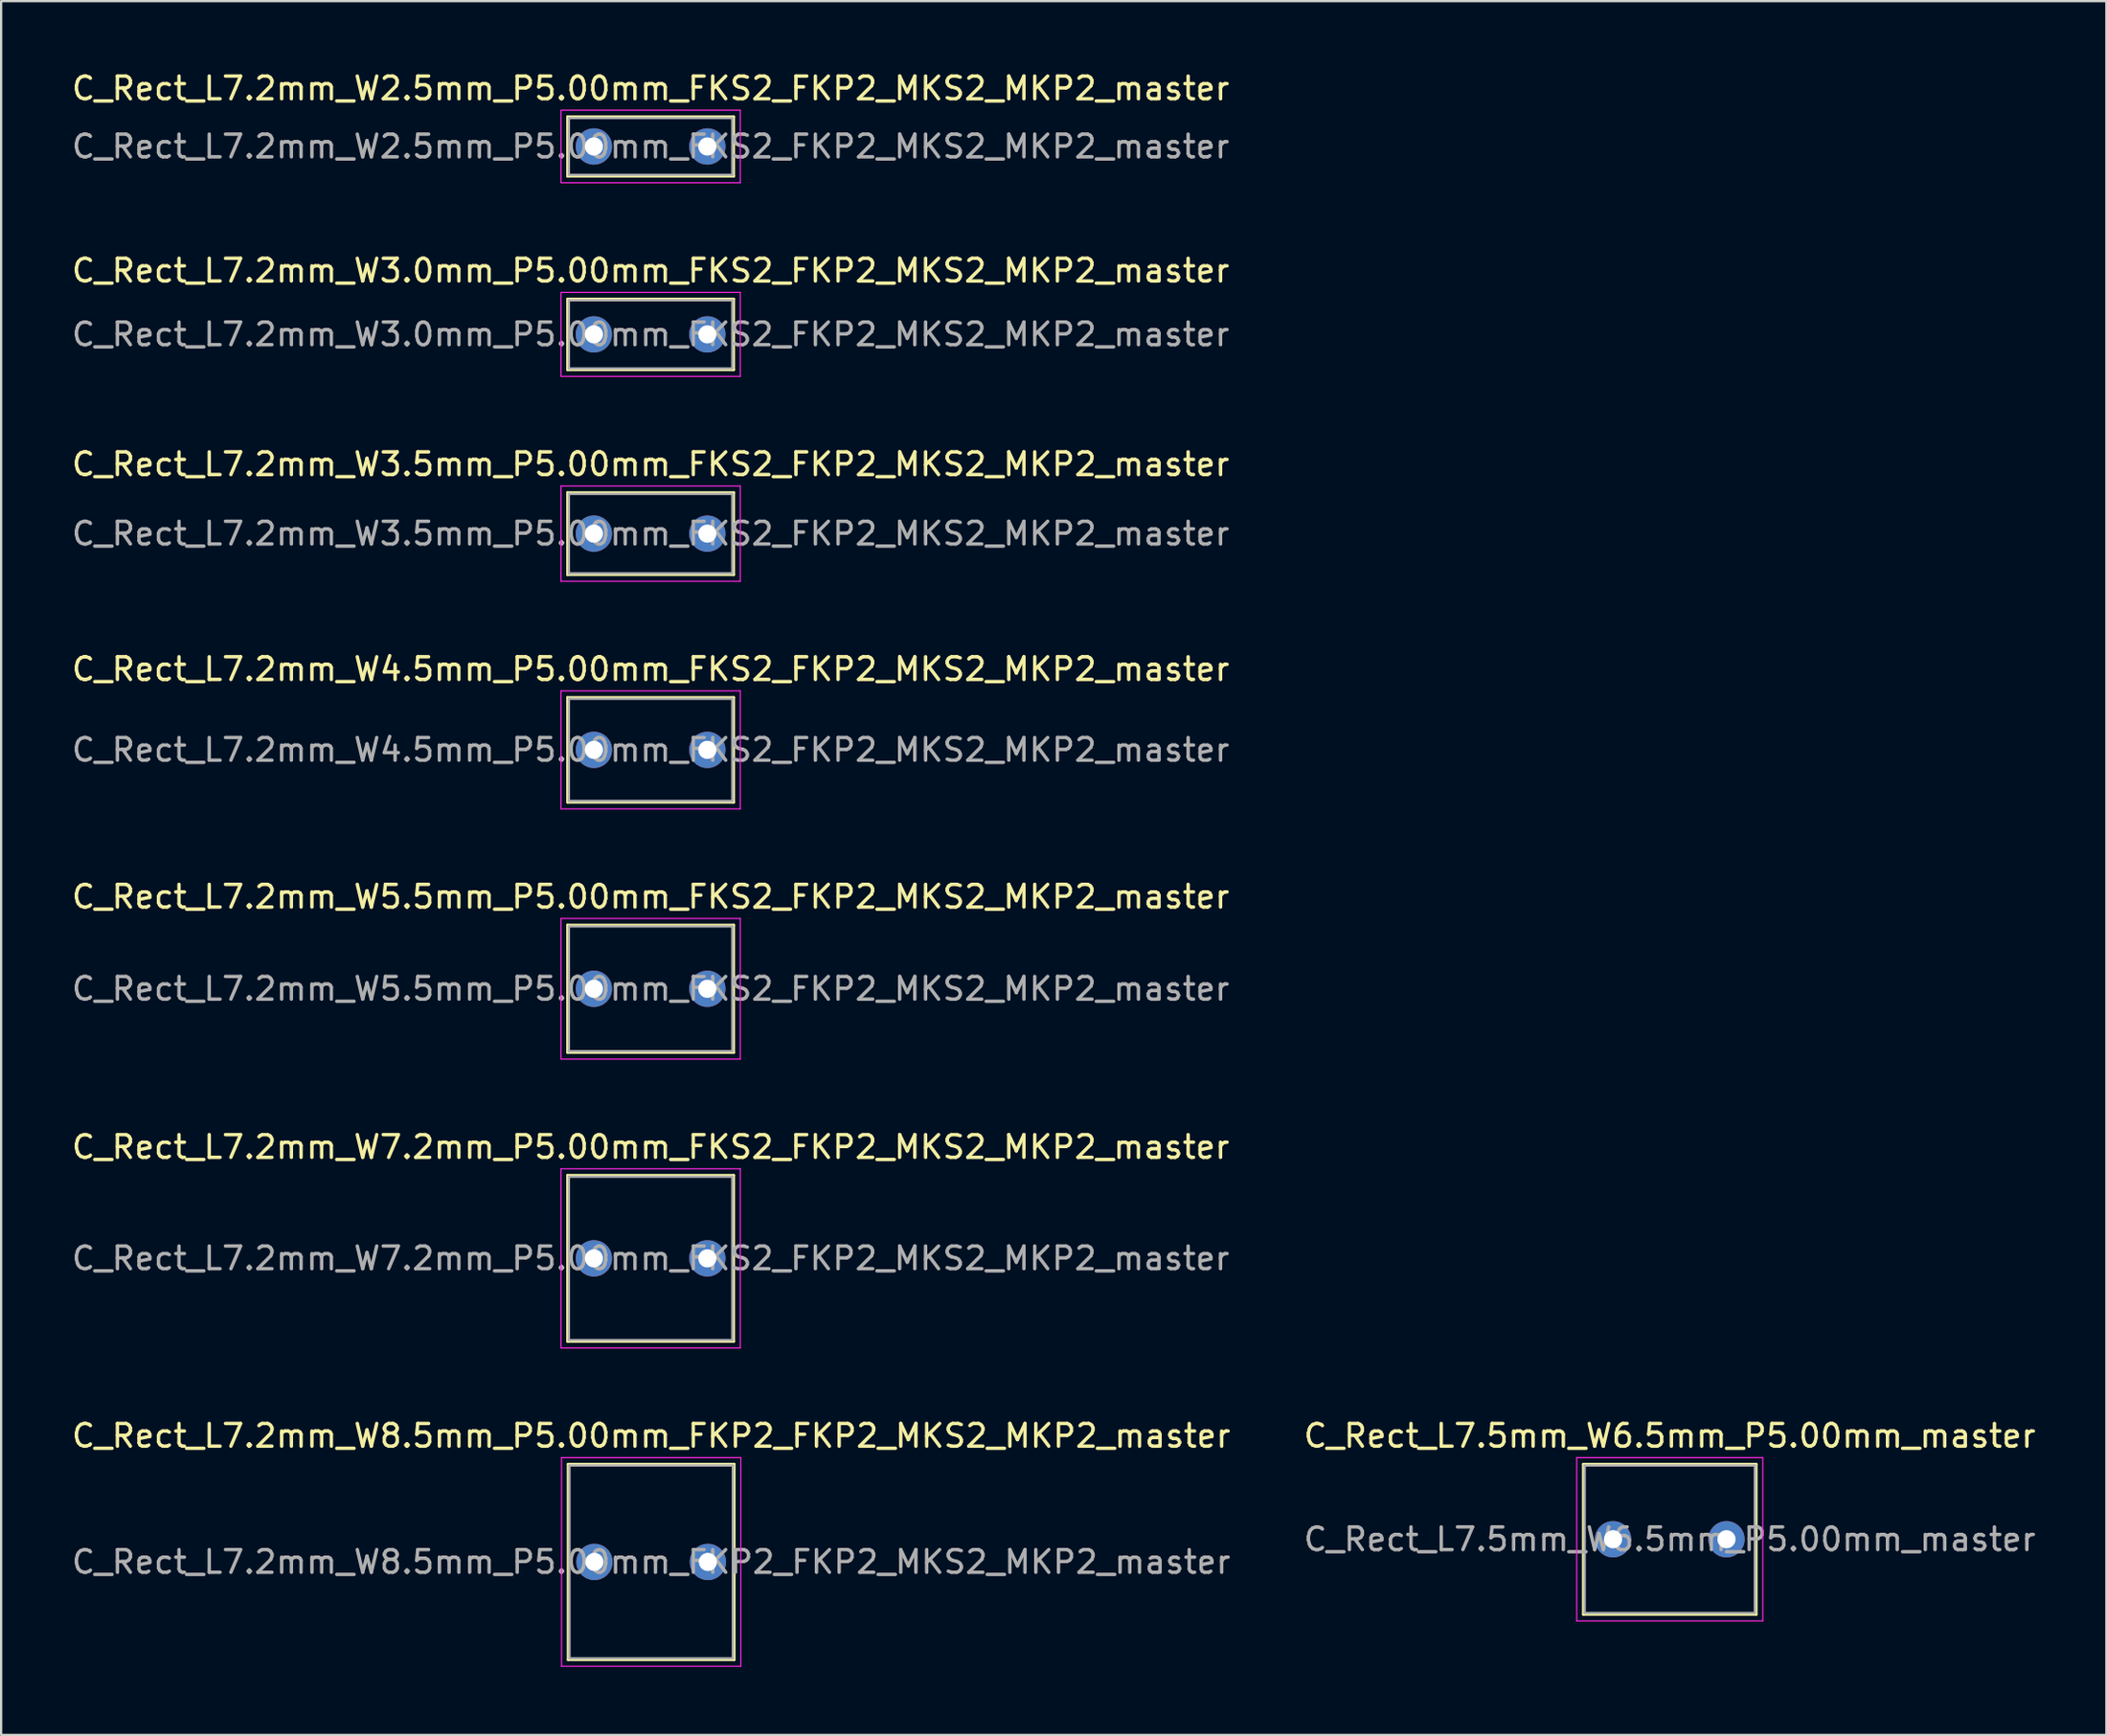
<source format=kicad_pcb>
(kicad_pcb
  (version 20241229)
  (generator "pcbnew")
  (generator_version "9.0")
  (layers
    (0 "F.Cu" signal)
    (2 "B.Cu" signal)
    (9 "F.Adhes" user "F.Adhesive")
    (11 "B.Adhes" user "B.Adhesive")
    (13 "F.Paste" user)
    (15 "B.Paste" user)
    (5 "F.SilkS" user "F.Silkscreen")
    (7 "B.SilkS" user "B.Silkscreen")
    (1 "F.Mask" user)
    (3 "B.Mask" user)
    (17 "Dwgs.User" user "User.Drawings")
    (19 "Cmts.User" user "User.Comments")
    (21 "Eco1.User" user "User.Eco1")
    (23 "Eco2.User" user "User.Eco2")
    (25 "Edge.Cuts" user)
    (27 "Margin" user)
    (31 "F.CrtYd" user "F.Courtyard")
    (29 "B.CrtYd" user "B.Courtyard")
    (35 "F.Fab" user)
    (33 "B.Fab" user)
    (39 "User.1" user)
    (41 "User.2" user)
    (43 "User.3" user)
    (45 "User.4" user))
  (footprint "C_Rect_L7.2mm_W7.2mm_P5.00mm_FKS2_FKP2_MKS2_MKP2_master"
    (layer "F.Cu")
    (at 23.125 52.425)
    (property "Reference" "C_Rect_L7.2mm_W7.2mm_P5.00mm_FKS2_FKP2_MKS2_MKP2_master" (at 2.5 -4.91 0) (layer "F.SilkS") (effects (font (size 1 1) (thickness 0.15))))
    (attr through_hole)
    (fp_line (start -1.16 -3.66) (end -1.16 3.66) (stroke (width 0.12) (type solid)) (layer "F.SilkS"))
    (fp_line (start -1.16 -3.66) (end 6.16 -3.66) (stroke (width 0.12) (type solid)) (layer "F.SilkS"))
    (fp_line (start -1.16 3.66) (end 6.16 3.66) (stroke (width 0.12) (type solid)) (layer "F.SilkS"))
    (fp_line (start 6.16 -3.66) (end 6.16 3.66) (stroke (width 0.12) (type solid)) (layer "F.SilkS"))
    (fp_line (start -1.45 -3.95) (end -1.45 3.95) (stroke (width 0.05) (type solid)) (layer "F.CrtYd"))
    (fp_line (start -1.45 3.95) (end 6.45 3.95) (stroke (width 0.05) (type solid)) (layer "F.CrtYd"))
    (fp_line (start 6.45 -3.95) (end -1.45 -3.95) (stroke (width 0.05) (type solid)) (layer "F.CrtYd"))
    (fp_line (start 6.45 3.95) (end 6.45 -3.95) (stroke (width 0.05) (type solid)) (layer "F.CrtYd"))
    (fp_line (start -1.1 -3.6) (end -1.1 3.6) (stroke (width 0.1) (type solid)) (layer "F.Fab"))
    (fp_line (start -1.1 3.6) (end 6.1 3.6) (stroke (width 0.1) (type solid)) (layer "F.Fab"))
    (fp_line (start 6.1 -3.6) (end -1.1 -3.6) (stroke (width 0.1) (type solid)) (layer "F.Fab"))
    (fp_line (start 6.1 3.6) (end 6.1 -3.6) (stroke (width 0.1) (type solid)) (layer "F.Fab"))
    (fp_text user "${REFERENCE}" (at 2.5 0 0) (layer "F.Fab") (effects (font (size 1 1) (thickness 0.15))))
    (pad "1" thru_hole circle (at 0 0) (size 1.6 1.6) (drill 0.8) (layers "*.Cu" "*.Mask"))
    (pad "2" thru_hole circle (at 5 0) (size 1.6 1.6) (drill 0.8) (layers "*.Cu" "*.Mask")))
  (footprint "C_Rect_L7.5mm_W6.5mm_P5.00mm_master"
    (layer "F.Cu")
    (at 68.042 64.808)
    (property "Reference" "C_Rect_L7.5mm_W6.5mm_P5.00mm_master" (at 2.5 -4.56 0) (layer "F.SilkS") (effects (font (size 1 1) (thickness 0.15))))
    (attr through_hole)
    (fp_line (start -1.31 -3.31) (end -1.31 3.31) (stroke (width 0.12) (type solid)) (layer "F.SilkS"))
    (fp_line (start -1.31 -3.31) (end 6.31 -3.31) (stroke (width 0.12) (type solid)) (layer "F.SilkS"))
    (fp_line (start -1.31 3.31) (end 6.31 3.31) (stroke (width 0.12) (type solid)) (layer "F.SilkS"))
    (fp_line (start 6.31 -3.31) (end 6.31 3.31) (stroke (width 0.12) (type solid)) (layer "F.SilkS"))
    (fp_line (start -1.6 -3.6) (end -1.6 3.6) (stroke (width 0.05) (type solid)) (layer "F.CrtYd"))
    (fp_line (start -1.6 3.6) (end 6.6 3.6) (stroke (width 0.05) (type solid)) (layer "F.CrtYd"))
    (fp_line (start 6.6 -3.6) (end -1.6 -3.6) (stroke (width 0.05) (type solid)) (layer "F.CrtYd"))
    (fp_line (start 6.6 3.6) (end 6.6 -3.6) (stroke (width 0.05) (type solid)) (layer "F.CrtYd"))
    (fp_line (start -1.25 -3.25) (end -1.25 3.25) (stroke (width 0.1) (type solid)) (layer "F.Fab"))
    (fp_line (start -1.25 3.25) (end 6.25 3.25) (stroke (width 0.1) (type solid)) (layer "F.Fab"))
    (fp_line (start 6.25 -3.25) (end -1.25 -3.25) (stroke (width 0.1) (type solid)) (layer "F.Fab"))
    (fp_line (start 6.25 3.25) (end 6.25 -3.25) (stroke (width 0.1) (type solid)) (layer "F.Fab"))
    (fp_text user "${REFERENCE}" (at 2.5 0 0) (layer "F.Fab") (effects (font (size 1 1) (thickness 0.15))))
    (pad "1" thru_hole circle (at 0 0) (size 1.6 1.6) (drill 0.8) (layers "*.Cu" "*.Mask"))
    (pad "2" thru_hole circle (at 5 0) (size 1.6 1.6) (drill 0.8) (layers "*.Cu" "*.Mask")))
  (footprint "C_Rect_L7.2mm_W8.5mm_P5.00mm_FKP2_FKP2_MKS2_MKP2_master"
    (layer "F.Cu")
    (at 23.149 65.808)
    (property "Reference" "C_Rect_L7.2mm_W8.5mm_P5.00mm_FKP2_FKP2_MKS2_MKP2_master" (at 2.5 -5.56 0) (layer "F.SilkS") (effects (font (size 1 1) (thickness 0.15))))
    (attr through_hole)
    (fp_line (start -1.16 -4.31) (end -1.16 4.31) (stroke (width 0.12) (type solid)) (layer "F.SilkS"))
    (fp_line (start -1.16 -4.31) (end 6.16 -4.31) (stroke (width 0.12) (type solid)) (layer "F.SilkS"))
    (fp_line (start -1.16 4.31) (end 6.16 4.31) (stroke (width 0.12) (type solid)) (layer "F.SilkS"))
    (fp_line (start 6.16 -4.31) (end 6.16 4.31) (stroke (width 0.12) (type solid)) (layer "F.SilkS"))
    (fp_line (start -1.45 -4.6) (end -1.45 4.6) (stroke (width 0.05) (type solid)) (layer "F.CrtYd"))
    (fp_line (start -1.45 4.6) (end 6.45 4.6) (stroke (width 0.05) (type solid)) (layer "F.CrtYd"))
    (fp_line (start 6.45 -4.6) (end -1.45 -4.6) (stroke (width 0.05) (type solid)) (layer "F.CrtYd"))
    (fp_line (start 6.45 4.6) (end 6.45 -4.6) (stroke (width 0.05) (type solid)) (layer "F.CrtYd"))
    (fp_line (start -1.1 -4.25) (end -1.1 4.25) (stroke (width 0.1) (type solid)) (layer "F.Fab"))
    (fp_line (start -1.1 4.25) (end 6.1 4.25) (stroke (width 0.1) (type solid)) (layer "F.Fab"))
    (fp_line (start 6.1 -4.25) (end -1.1 -4.25) (stroke (width 0.1) (type solid)) (layer "F.Fab"))
    (fp_line (start 6.1 4.25) (end 6.1 -4.25) (stroke (width 0.1) (type solid)) (layer "F.Fab"))
    (fp_text user "${REFERENCE}" (at 2.5 0 0) (layer "F.Fab") (effects (font (size 1 1) (thickness 0.15))))
    (pad "1" thru_hole circle (at 0 0) (size 1.6 1.6) (drill 0.8) (layers "*.Cu" "*.Mask"))
    (pad "2" thru_hole circle (at 5 0) (size 1.6 1.6) (drill 0.8) (layers "*.Cu" "*.Mask")))
  (footprint "C_Rect_L7.2mm_W5.5mm_P5.00mm_FKS2_FKP2_MKS2_MKP2_master"
    (layer "F.Cu")
    (at 23.125 40.541)
    (property "Reference" "C_Rect_L7.2mm_W5.5mm_P5.00mm_FKS2_FKP2_MKS2_MKP2_master" (at 2.5 -4.06 0) (layer "F.SilkS") (effects (font (size 1 1) (thickness 0.15))))
    (attr through_hole)
    (fp_line (start -1.16 -2.81) (end -1.16 2.81) (stroke (width 0.12) (type solid)) (layer "F.SilkS"))
    (fp_line (start -1.16 -2.81) (end 6.16 -2.81) (stroke (width 0.12) (type solid)) (layer "F.SilkS"))
    (fp_line (start -1.16 2.81) (end 6.16 2.81) (stroke (width 0.12) (type solid)) (layer "F.SilkS"))
    (fp_line (start 6.16 -2.81) (end 6.16 2.81) (stroke (width 0.12) (type solid)) (layer "F.SilkS"))
    (fp_line (start -1.45 -3.1) (end -1.45 3.1) (stroke (width 0.05) (type solid)) (layer "F.CrtYd"))
    (fp_line (start -1.45 3.1) (end 6.45 3.1) (stroke (width 0.05) (type solid)) (layer "F.CrtYd"))
    (fp_line (start 6.45 -3.1) (end -1.45 -3.1) (stroke (width 0.05) (type solid)) (layer "F.CrtYd"))
    (fp_line (start 6.45 3.1) (end 6.45 -3.1) (stroke (width 0.05) (type solid)) (layer "F.CrtYd"))
    (fp_line (start -1.1 -2.75) (end -1.1 2.75) (stroke (width 0.1) (type solid)) (layer "F.Fab"))
    (fp_line (start -1.1 2.75) (end 6.1 2.75) (stroke (width 0.1) (type solid)) (layer "F.Fab"))
    (fp_line (start 6.1 -2.75) (end -1.1 -2.75) (stroke (width 0.1) (type solid)) (layer "F.Fab"))
    (fp_line (start 6.1 2.75) (end 6.1 -2.75) (stroke (width 0.1) (type solid)) (layer "F.Fab"))
    (fp_text user "${REFERENCE}" (at 2.5 0 0) (layer "F.Fab") (effects (font (size 1 1) (thickness 0.15))))
    (pad "1" thru_hole circle (at 0 0) (size 1.6 1.6) (drill 0.8) (layers "*.Cu" "*.Mask"))
    (pad "2" thru_hole circle (at 5 0) (size 1.6 1.6) (drill 0.8) (layers "*.Cu" "*.Mask")))
  (footprint "C_Rect_L7.2mm_W3.5mm_P5.00mm_FKS2_FKP2_MKS2_MKP2_master"
    (layer "F.Cu")
    (at 23.125 20.475)
    (property "Reference" "C_Rect_L7.2mm_W3.5mm_P5.00mm_FKS2_FKP2_MKS2_MKP2_master" (at 2.5 -3.06 0) (layer "F.SilkS") (effects (font (size 1 1) (thickness 0.15))))
    (attr through_hole)
    (fp_line (start -1.16 -1.81) (end -1.16 1.81) (stroke (width 0.12) (type solid)) (layer "F.SilkS"))
    (fp_line (start -1.16 -1.81) (end 6.16 -1.81) (stroke (width 0.12) (type solid)) (layer "F.SilkS"))
    (fp_line (start -1.16 1.81) (end 6.16 1.81) (stroke (width 0.12) (type solid)) (layer "F.SilkS"))
    (fp_line (start 6.16 -1.81) (end 6.16 1.81) (stroke (width 0.12) (type solid)) (layer "F.SilkS"))
    (fp_line (start -1.45 -2.1) (end -1.45 2.1) (stroke (width 0.05) (type solid)) (layer "F.CrtYd"))
    (fp_line (start -1.45 2.1) (end 6.45 2.1) (stroke (width 0.05) (type solid)) (layer "F.CrtYd"))
    (fp_line (start 6.45 -2.1) (end -1.45 -2.1) (stroke (width 0.05) (type solid)) (layer "F.CrtYd"))
    (fp_line (start 6.45 2.1) (end 6.45 -2.1) (stroke (width 0.05) (type solid)) (layer "F.CrtYd"))
    (fp_line (start -1.1 -1.75) (end -1.1 1.75) (stroke (width 0.1) (type solid)) (layer "F.Fab"))
    (fp_line (start -1.1 1.75) (end 6.1 1.75) (stroke (width 0.1) (type solid)) (layer "F.Fab"))
    (fp_line (start 6.1 -1.75) (end -1.1 -1.75) (stroke (width 0.1) (type solid)) (layer "F.Fab"))
    (fp_line (start 6.1 1.75) (end 6.1 -1.75) (stroke (width 0.1) (type solid)) (layer "F.Fab"))
    (fp_text user "${REFERENCE}" (at 2.5 0 0) (layer "F.Fab") (effects (font (size 1 1) (thickness 0.15))))
    (pad "1" thru_hole circle (at 0 0) (size 1.6 1.6) (drill 0.8) (layers "*.Cu" "*.Mask"))
    (pad "2" thru_hole circle (at 5 0) (size 1.6 1.6) (drill 0.8) (layers "*.Cu" "*.Mask")))
  (footprint "C_Rect_L7.2mm_W3.0mm_P5.00mm_FKS2_FKP2_MKS2_MKP2_master"
    (layer "F.Cu")
    (at 23.125 11.691)
    (property "Reference" "C_Rect_L7.2mm_W3.0mm_P5.00mm_FKS2_FKP2_MKS2_MKP2_master" (at 2.5 -2.81 0) (layer "F.SilkS") (effects (font (size 1 1) (thickness 0.15))))
    (attr through_hole)
    (fp_line (start -1.16 -1.56) (end -1.16 1.56) (stroke (width 0.12) (type solid)) (layer "F.SilkS"))
    (fp_line (start -1.16 -1.56) (end 6.16 -1.56) (stroke (width 0.12) (type solid)) (layer "F.SilkS"))
    (fp_line (start -1.16 1.56) (end 6.16 1.56) (stroke (width 0.12) (type solid)) (layer "F.SilkS"))
    (fp_line (start 6.16 -1.56) (end 6.16 1.56) (stroke (width 0.12) (type solid)) (layer "F.SilkS"))
    (fp_line (start -1.45 -1.85) (end -1.45 1.85) (stroke (width 0.05) (type solid)) (layer "F.CrtYd"))
    (fp_line (start -1.45 1.85) (end 6.45 1.85) (stroke (width 0.05) (type solid)) (layer "F.CrtYd"))
    (fp_line (start 6.45 -1.85) (end -1.45 -1.85) (stroke (width 0.05) (type solid)) (layer "F.CrtYd"))
    (fp_line (start 6.45 1.85) (end 6.45 -1.85) (stroke (width 0.05) (type solid)) (layer "F.CrtYd"))
    (fp_line (start -1.1 -1.5) (end -1.1 1.5) (stroke (width 0.1) (type solid)) (layer "F.Fab"))
    (fp_line (start -1.1 1.5) (end 6.1 1.5) (stroke (width 0.1) (type solid)) (layer "F.Fab"))
    (fp_line (start 6.1 -1.5) (end -1.1 -1.5) (stroke (width 0.1) (type solid)) (layer "F.Fab"))
    (fp_line (start 6.1 1.5) (end 6.1 -1.5) (stroke (width 0.1) (type solid)) (layer "F.Fab"))
    (fp_text user "${REFERENCE}" (at 2.5 0 0) (layer "F.Fab") (effects (font (size 1 1) (thickness 0.15))))
    (pad "1" thru_hole circle (at 0 0) (size 1.6 1.6) (drill 0.8) (layers "*.Cu" "*.Mask"))
    (pad "2" thru_hole circle (at 5 0) (size 1.6 1.6) (drill 0.8) (layers "*.Cu" "*.Mask")))
  (footprint "C_Rect_L7.2mm_W4.5mm_P5.00mm_FKS2_FKP2_MKS2_MKP2_master"
    (layer "F.Cu")
    (at 23.125 30.008)
    (property "Reference" "C_Rect_L7.2mm_W4.5mm_P5.00mm_FKS2_FKP2_MKS2_MKP2_master" (at 2.5 -3.56 0) (layer "F.SilkS") (effects (font (size 1 1) (thickness 0.15))))
    (attr through_hole)
    (fp_line (start -1.16 -2.31) (end -1.16 2.31) (stroke (width 0.12) (type solid)) (layer "F.SilkS"))
    (fp_line (start -1.16 -2.31) (end 6.16 -2.31) (stroke (width 0.12) (type solid)) (layer "F.SilkS"))
    (fp_line (start -1.16 2.31) (end 6.16 2.31) (stroke (width 0.12) (type solid)) (layer "F.SilkS"))
    (fp_line (start 6.16 -2.31) (end 6.16 2.31) (stroke (width 0.12) (type solid)) (layer "F.SilkS"))
    (fp_line (start -1.45 -2.6) (end -1.45 2.6) (stroke (width 0.05) (type solid)) (layer "F.CrtYd"))
    (fp_line (start -1.45 2.6) (end 6.45 2.6) (stroke (width 0.05) (type solid)) (layer "F.CrtYd"))
    (fp_line (start 6.45 -2.6) (end -1.45 -2.6) (stroke (width 0.05) (type solid)) (layer "F.CrtYd"))
    (fp_line (start 6.45 2.6) (end 6.45 -2.6) (stroke (width 0.05) (type solid)) (layer "F.CrtYd"))
    (fp_line (start -1.1 -2.25) (end -1.1 2.25) (stroke (width 0.1) (type solid)) (layer "F.Fab"))
    (fp_line (start -1.1 2.25) (end 6.1 2.25) (stroke (width 0.1) (type solid)) (layer "F.Fab"))
    (fp_line (start 6.1 -2.25) (end -1.1 -2.25) (stroke (width 0.1) (type solid)) (layer "F.Fab"))
    (fp_line (start 6.1 2.25) (end 6.1 -2.25) (stroke (width 0.1) (type solid)) (layer "F.Fab"))
    (fp_text user "${REFERENCE}" (at 2.5 0 0) (layer "F.Fab") (effects (font (size 1 1) (thickness 0.15))))
    (pad "1" thru_hole circle (at 0 0) (size 1.6 1.6) (drill 0.8) (layers "*.Cu" "*.Mask"))
    (pad "2" thru_hole circle (at 5 0) (size 1.6 1.6) (drill 0.8) (layers "*.Cu" "*.Mask")))
  (footprint "C_Rect_L7.2mm_W2.5mm_P5.00mm_FKS2_FKP2_MKS2_MKP2_master"
    (layer "F.Cu")
    (at 23.125 3.408)
    (property "Reference" "C_Rect_L7.2mm_W2.5mm_P5.00mm_FKS2_FKP2_MKS2_MKP2_master" (at 2.5 -2.56 0) (layer "F.SilkS") (effects (font (size 1 1) (thickness 0.15))))
    (attr through_hole)
    (fp_line (start -1.16 -1.31) (end -1.16 1.31) (stroke (width 0.12) (type solid)) (layer "F.SilkS"))
    (fp_line (start -1.16 -1.31) (end 6.16 -1.31) (stroke (width 0.12) (type solid)) (layer "F.SilkS"))
    (fp_line (start -1.16 1.31) (end 6.16 1.31) (stroke (width 0.12) (type solid)) (layer "F.SilkS"))
    (fp_line (start 6.16 -1.31) (end 6.16 1.31) (stroke (width 0.12) (type solid)) (layer "F.SilkS"))
    (fp_line (start -1.45 -1.6) (end -1.45 1.6) (stroke (width 0.05) (type solid)) (layer "F.CrtYd"))
    (fp_line (start -1.45 1.6) (end 6.45 1.6) (stroke (width 0.05) (type solid)) (layer "F.CrtYd"))
    (fp_line (start 6.45 -1.6) (end -1.45 -1.6) (stroke (width 0.05) (type solid)) (layer "F.CrtYd"))
    (fp_line (start 6.45 1.6) (end 6.45 -1.6) (stroke (width 0.05) (type solid)) (layer "F.CrtYd"))
    (fp_line (start -1.1 -1.25) (end -1.1 1.25) (stroke (width 0.1) (type solid)) (layer "F.Fab"))
    (fp_line (start -1.1 1.25) (end 6.1 1.25) (stroke (width 0.1) (type solid)) (layer "F.Fab"))
    (fp_line (start 6.1 -1.25) (end -1.1 -1.25) (stroke (width 0.1) (type solid)) (layer "F.Fab"))
    (fp_line (start 6.1 1.25) (end 6.1 -1.25) (stroke (width 0.1) (type solid)) (layer "F.Fab"))
    (fp_text user "${REFERENCE}" (at 2.5 0 0) (layer "F.Fab") (effects (font (size 1 1) (thickness 0.15))))
    (pad "1" thru_hole circle (at 0 0) (size 1.6 1.6) (drill 0.8) (layers "*.Cu" "*.Mask"))
    (pad "2" thru_hole circle (at 5 0) (size 1.6 1.6) (drill 0.8) (layers "*.Cu" "*.Mask")))
  (gr_rect
    (start -3 -3)
    (end 89.786 73.433)
    (stroke (width 0.1) (type default))
    (fill no)
    (layer "Edge.Cuts")))
</source>
